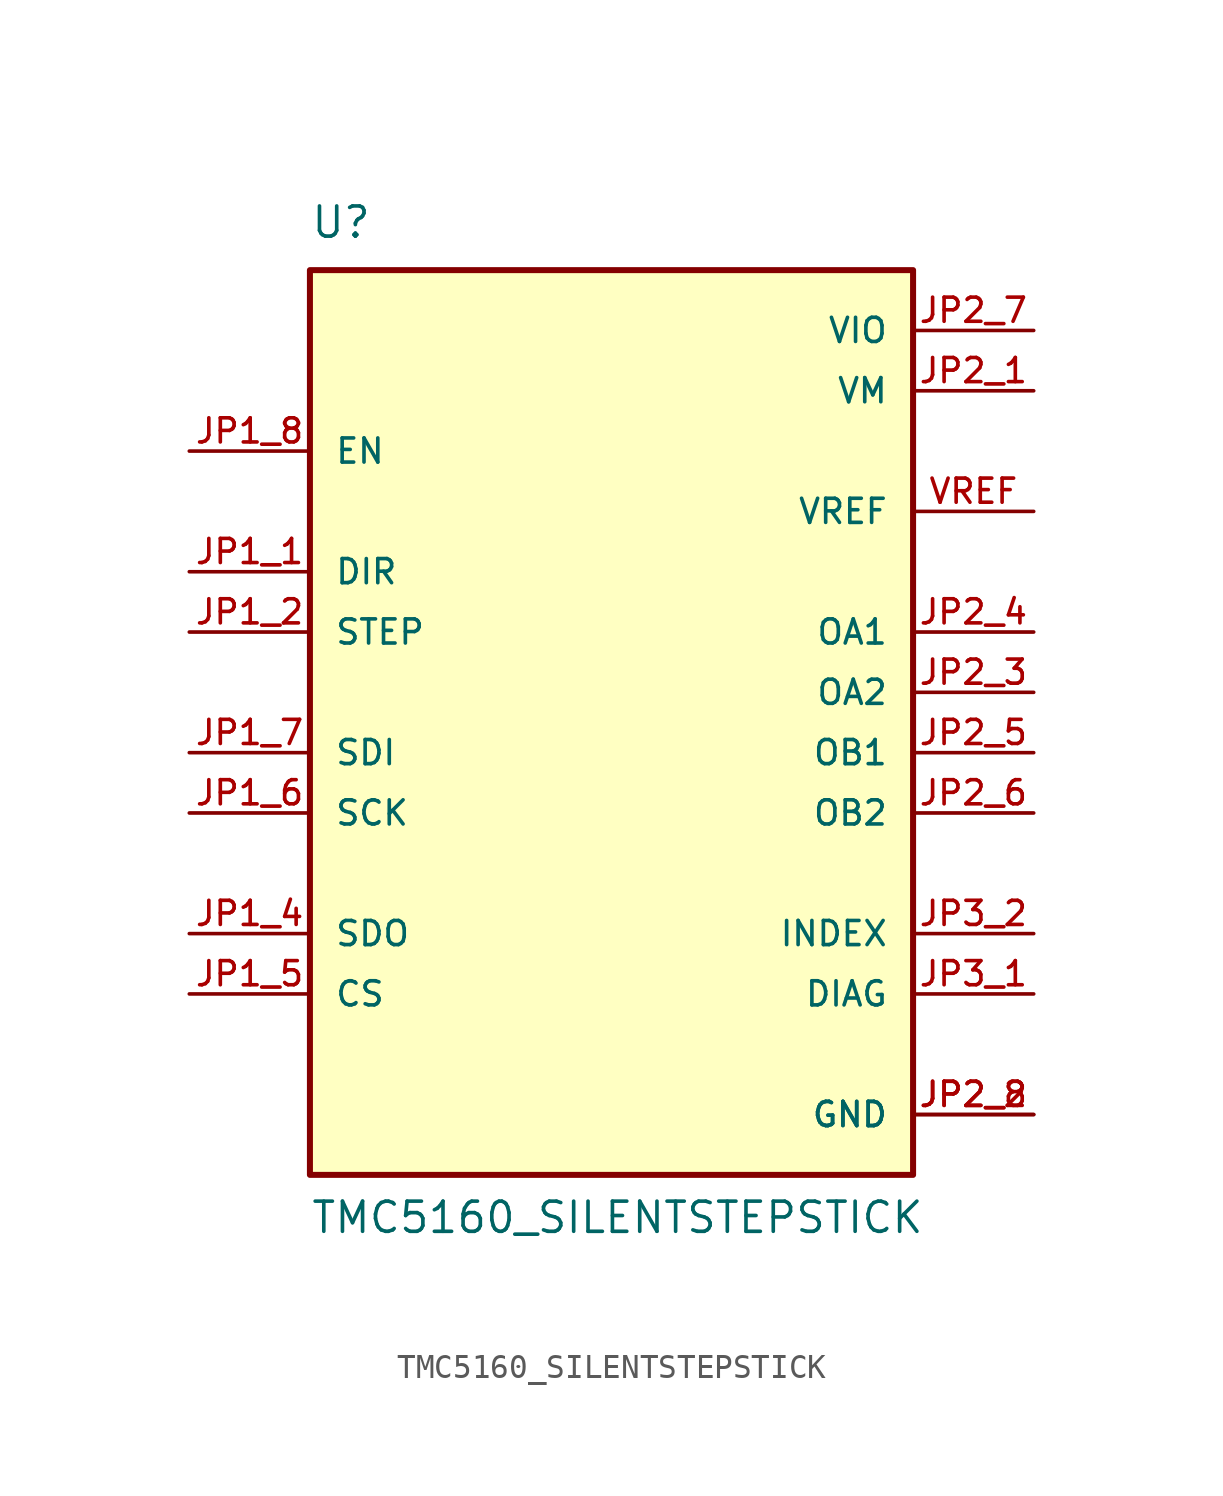
<source format=kicad_sym>
(kicad_symbol_lib
  (version 20220914)
  (generator kicad_symbol_editor)
  (symbol "TMC5160_SILENTSTEPSTICK"
    (pin_names
      (offset 1.016))
    (property "Reference" "U"
      (at -12.7 19.05 0)
      (effects (font (size 1.27 1.27)) (justify left bottom)))
    (property "Value" "TMC5160_SILENTSTEPSTICK"
      (at -12.7 -22.86 0)
      (effects (font (size 1.27 1.27)) (justify left bottom)))
    (symbol "TMC5160_SILENTSTEPSTICK_0_0"
      (rectangle (start -12.7 17.78) (end 12.7 -20.32) (stroke (width 0.254) (type default)) (fill (type background)))
      (pin input line (at -17.78 5.08 0) (length 5.08) (name "DIR" (effects (font (size 1.016 1.016)))) (number "JP1_1" (effects (font (size 1.016 1.016)))))
      (pin input line (at -17.78 2.54 0) (length 5.08) (name "STEP" (effects (font (size 1.016 1.016)))) (number "JP1_2" (effects (font (size 1.016 1.016)))))
      (pin input line (at -17.78 10.16 0) (length 5.08) (name "EN" (effects (font (size 1.016 1.016)))) (number "JP1_8" (effects (font (size 1.016 1.016)))))
      (pin power_in line (at 17.78 12.7 180) (length 5.08) (name "VM" (effects (font (size 1.016 1.016)))) (number "JP2_1" (effects (font (size 1.016 1.016)))))
      (pin power_in line (at 17.78 -17.78 180) (length 5.08) (name "GND" (effects (font (size 1.016 1.016)))) (number "JP2_2" (effects (font (size 1.016 1.016)))))
      (pin passive line (at 17.78 0 180) (length 5.08) (name "OA2" (effects (font (size 1.016 1.016)))) (number "JP2_3" (effects (font (size 1.016 1.016)))))
      (pin passive line (at 17.78 2.54 180) (length 5.08) (name "OA1" (effects (font (size 1.016 1.016)))) (number "JP2_4" (effects (font (size 1.016 1.016)))))
      (pin passive line (at 17.78 -2.54 180) (length 5.08) (name "OB1" (effects (font (size 1.016 1.016)))) (number "JP2_5" (effects (font (size 1.016 1.016)))))
      (pin passive line (at 17.78 -5.08 180) (length 5.08) (name "OB2" (effects (font (size 1.016 1.016)))) (number "JP2_6" (effects (font (size 1.016 1.016)))))
      (pin power_in line (at 17.78 15.24 180) (length 5.08) (name "VIO" (effects (font (size 1.016 1.016)))) (number "JP2_7" (effects (font (size 1.016 1.016)))))
      (pin power_in line (at 17.78 -17.78 180) (length 5.08) (name "GND" (effects (font (size 1.016 1.016)))) (number "JP2_8" (effects (font (size 1.016 1.016)))))
      (pin output line (at 17.78 -12.7 180) (length 5.08) (name "DIAG" (effects (font (size 1.016 1.016)))) (number "JP3_1" (effects (font (size 1.016 1.016)))))
      (pin output line (at 17.78 -10.16 180) (length 5.08) (name "INDEX" (effects (font (size 1.016 1.016)))) (number "JP3_2" (effects (font (size 1.016 1.016)))))
      (pin passive line (at 17.78 7.62 180) (length 5.08) (name "VREF" (effects (font (size 1.016 1.016)))) (number "VREF" (effects (font (size 1.016 1.016))))))
    (symbol "TMC5160_SILENTSTEPSTICK_1_0"
      (pin bidirectional line (at -17.78 -10.16 0) (length 5.08) (name "SDO" (effects (font (size 1.016 1.016)))) (number "JP1_4" (effects (font (size 1.016 1.016)))))
      (pin bidirectional line (at -17.78 -12.7 0) (length 5.08) (name "CS" (effects (font (size 1.016 1.016)))) (number "JP1_5" (effects (font (size 1.016 1.016)))))
      (pin output line (at -17.78 -5.08 0) (length 5.08) (name "SCK" (effects (font (size 1.016 1.016)))) (number "JP1_6" (effects (font (size 1.016 1.016)))))
      (pin input line (at -17.78 -2.54 0) (length 5.08) (name "SDI" (effects (font (size 1.016 1.016)))) (number "JP1_7" (effects (font (size 1.016 1.016))))))))
</source>
